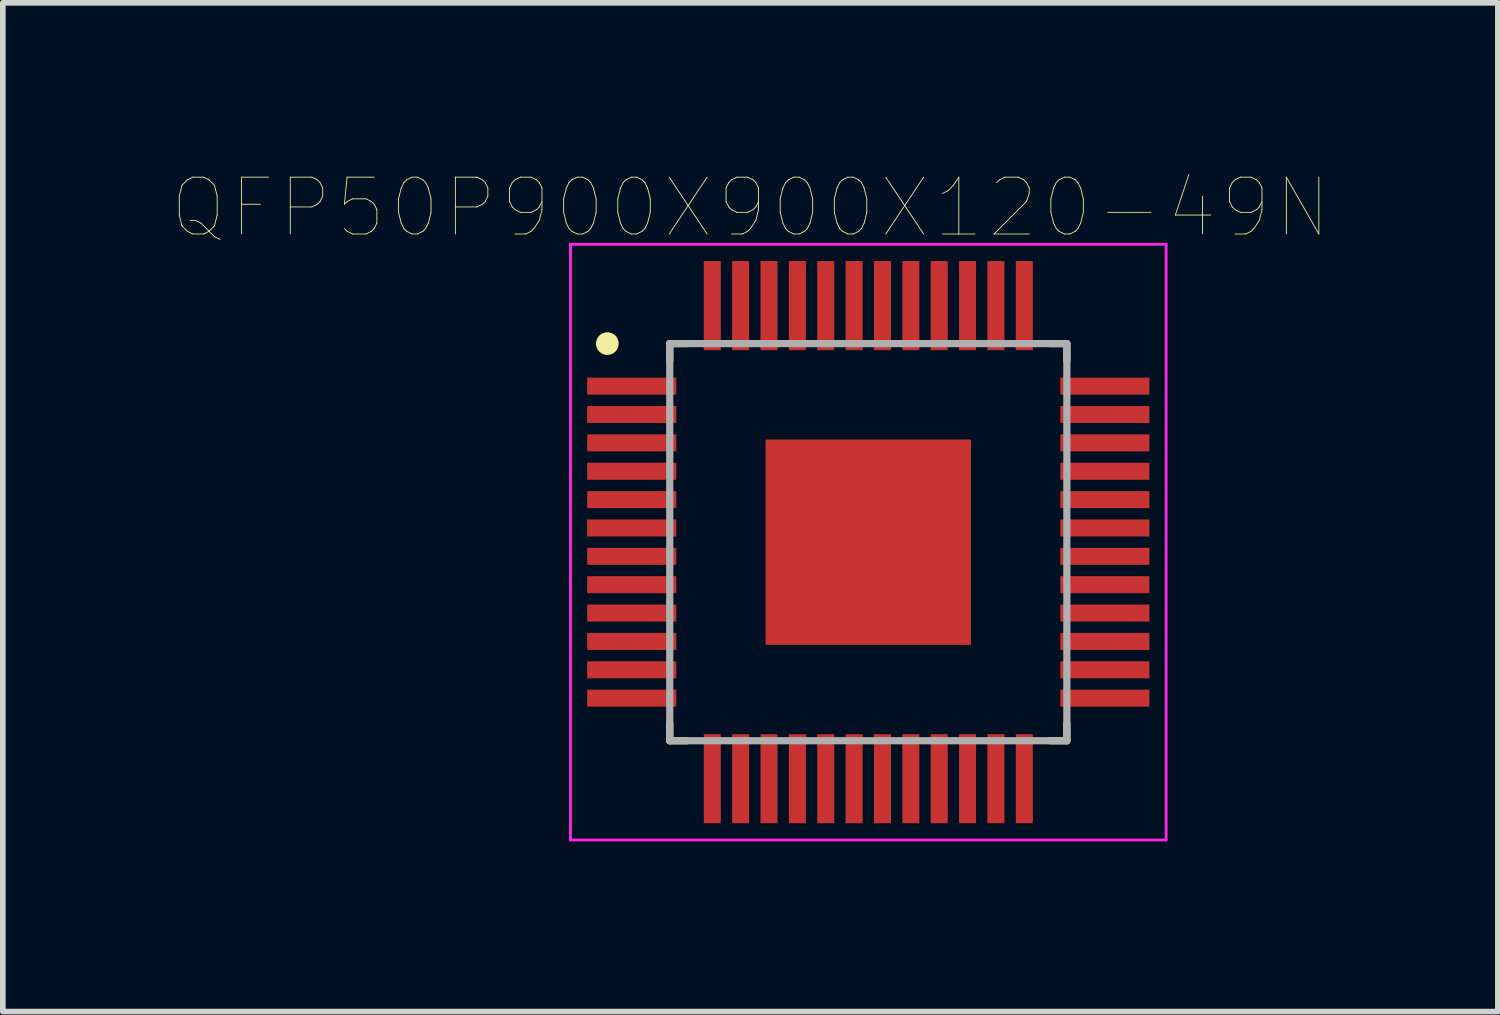
<source format=kicad_pcb>
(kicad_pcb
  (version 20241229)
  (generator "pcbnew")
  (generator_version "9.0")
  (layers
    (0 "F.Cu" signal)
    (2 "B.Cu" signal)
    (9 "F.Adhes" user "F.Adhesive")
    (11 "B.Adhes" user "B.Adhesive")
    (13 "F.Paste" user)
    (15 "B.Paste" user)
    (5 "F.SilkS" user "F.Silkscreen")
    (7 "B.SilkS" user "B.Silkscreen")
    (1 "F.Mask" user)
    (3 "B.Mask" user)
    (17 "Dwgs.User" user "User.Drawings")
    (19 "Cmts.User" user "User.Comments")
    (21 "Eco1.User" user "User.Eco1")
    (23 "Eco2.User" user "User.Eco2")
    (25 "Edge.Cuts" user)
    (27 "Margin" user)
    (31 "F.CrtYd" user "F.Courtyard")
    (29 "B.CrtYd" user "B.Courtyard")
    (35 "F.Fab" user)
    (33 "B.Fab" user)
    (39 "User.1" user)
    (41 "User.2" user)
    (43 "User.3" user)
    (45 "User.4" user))
  (footprint "QFP50P900X900X120-49N"
    (layer "F.Cu")
    (at 12.256 6.507)
    (property "Reference" "QFP50P900X900X120-49N" (at -2.078 -5.895 0) (layer "F.SilkS") (effects (font (size 1.002 1.002) (thickness 0.015))))
    (attr through_hole)
    (fp_line (start -3.5 -3.5) (end -3.5 -3.2) (stroke (width 0.127) (type solid)) (layer "F.SilkS"))
    (fp_line (start -3.5 3.2) (end -3.5 3.5) (stroke (width 0.127) (type solid)) (layer "F.SilkS"))
    (fp_line (start -3.5 3.5) (end -3.2 3.5) (stroke (width 0.127) (type solid)) (layer "F.SilkS"))
    (fp_line (start -3.2 -3.5) (end -3.5 -3.5) (stroke (width 0.127) (type solid)) (layer "F.SilkS"))
    (fp_line (start 3.2 3.5) (end 3.5 3.5) (stroke (width 0.127) (type solid)) (layer "F.SilkS"))
    (fp_line (start 3.5 -3.5) (end 3.2 -3.5) (stroke (width 0.127) (type solid)) (layer "F.SilkS"))
    (fp_line (start 3.5 -3.2) (end 3.5 -3.5) (stroke (width 0.127) (type solid)) (layer "F.SilkS"))
    (fp_line (start 3.5 3.5) (end 3.5 3.2) (stroke (width 0.127) (type solid)) (layer "F.SilkS"))
    (fp_circle (center -4.6 -3.5) (end -4.5 -3.5) (stroke (width 0.2) (type solid)) (fill no) (layer "F.SilkS"))
    (fp_poly (pts (xy -1.201 -1.2) (xy 1.2 -1.2) (xy 1.2 1.201) (xy -1.201 1.201)) (stroke (width 0.01) (type solid)) (fill yes) (layer "F.Paste"))
    (fp_line (start -5.25 -5.25) (end 5.25 -5.25) (stroke (width 0.05) (type solid)) (layer "F.CrtYd"))
    (fp_line (start -5.25 5.25) (end -5.25 -5.25) (stroke (width 0.05) (type solid)) (layer "F.CrtYd"))
    (fp_line (start 5.25 -5.25) (end 5.25 5.25) (stroke (width 0.05) (type solid)) (layer "F.CrtYd"))
    (fp_line (start 5.25 5.25) (end -5.25 5.25) (stroke (width 0.05) (type solid)) (layer "F.CrtYd"))
    (fp_line (start -3.5 -3.5) (end 3.5 -3.5) (stroke (width 0.127) (type solid)) (layer "F.Fab"))
    (fp_line (start -3.5 3.5) (end -3.5 -3.5) (stroke (width 0.127) (type solid)) (layer "F.Fab"))
    (fp_line (start 3.5 -3.5) (end 3.5 3.5) (stroke (width 0.127) (type solid)) (layer "F.Fab"))
    (fp_line (start 3.5 3.5) (end -3.5 3.5) (stroke (width 0.127) (type solid)) (layer "F.Fab"))
    (pad "1" smd rect (at -4.17 -2.75) (size 1.57 0.3) (layers "F.Cu" "F.Mask" "F.Paste"))
    (pad "2" smd rect (at -4.17 -2.25) (size 1.57 0.3) (layers "F.Cu" "F.Mask" "F.Paste"))
    (pad "3" smd rect (at -4.17 -1.75) (size 1.57 0.3) (layers "F.Cu" "F.Mask" "F.Paste"))
    (pad "4" smd rect (at -4.17 -1.25) (size 1.57 0.3) (layers "F.Cu" "F.Mask" "F.Paste"))
    (pad "5" smd rect (at -4.17 -0.75) (size 1.57 0.3) (layers "F.Cu" "F.Mask" "F.Paste"))
    (pad "6" smd rect (at -4.17 -0.25) (size 1.57 0.3) (layers "F.Cu" "F.Mask" "F.Paste"))
    (pad "7" smd rect (at -4.17 0.25) (size 1.57 0.3) (layers "F.Cu" "F.Mask" "F.Paste"))
    (pad "8" smd rect (at -4.17 0.75) (size 1.57 0.3) (layers "F.Cu" "F.Mask" "F.Paste"))
    (pad "9" smd rect (at -4.17 1.25) (size 1.57 0.3) (layers "F.Cu" "F.Mask" "F.Paste"))
    (pad "10" smd rect (at -4.17 1.75) (size 1.57 0.3) (layers "F.Cu" "F.Mask" "F.Paste"))
    (pad "11" smd rect (at -4.17 2.25) (size 1.57 0.3) (layers "F.Cu" "F.Mask" "F.Paste"))
    (pad "12" smd rect (at -4.17 2.75) (size 1.57 0.3) (layers "F.Cu" "F.Mask" "F.Paste"))
    (pad "13" smd rect (at -2.75 4.17) (size 0.3 1.57) (layers "F.Cu" "F.Mask" "F.Paste"))
    (pad "14" smd rect (at -2.25 4.17) (size 0.3 1.57) (layers "F.Cu" "F.Mask" "F.Paste"))
    (pad "15" smd rect (at -1.75 4.17) (size 0.3 1.57) (layers "F.Cu" "F.Mask" "F.Paste"))
    (pad "16" smd rect (at -1.25 4.17) (size 0.3 1.57) (layers "F.Cu" "F.Mask" "F.Paste"))
    (pad "17" smd rect (at -0.75 4.17) (size 0.3 1.57) (layers "F.Cu" "F.Mask" "F.Paste"))
    (pad "18" smd rect (at -0.25 4.17) (size 0.3 1.57) (layers "F.Cu" "F.Mask" "F.Paste"))
    (pad "19" smd rect (at 0.25 4.17) (size 0.3 1.57) (layers "F.Cu" "F.Mask" "F.Paste"))
    (pad "20" smd rect (at 0.75 4.17) (size 0.3 1.57) (layers "F.Cu" "F.Mask" "F.Paste"))
    (pad "21" smd rect (at 1.25 4.17) (size 0.3 1.57) (layers "F.Cu" "F.Mask" "F.Paste"))
    (pad "22" smd rect (at 1.75 4.17) (size 0.3 1.57) (layers "F.Cu" "F.Mask" "F.Paste"))
    (pad "23" smd rect (at 2.25 4.17) (size 0.3 1.57) (layers "F.Cu" "F.Mask" "F.Paste"))
    (pad "24" smd rect (at 2.75 4.17) (size 0.3 1.57) (layers "F.Cu" "F.Mask" "F.Paste"))
    (pad "25" smd rect (at 4.17 2.75) (size 1.57 0.3) (layers "F.Cu" "F.Mask" "F.Paste"))
    (pad "26" smd rect (at 4.17 2.25) (size 1.57 0.3) (layers "F.Cu" "F.Mask" "F.Paste"))
    (pad "27" smd rect (at 4.17 1.75) (size 1.57 0.3) (layers "F.Cu" "F.Mask" "F.Paste"))
    (pad "28" smd rect (at 4.17 1.25) (size 1.57 0.3) (layers "F.Cu" "F.Mask" "F.Paste"))
    (pad "29" smd rect (at 4.17 0.75) (size 1.57 0.3) (layers "F.Cu" "F.Mask" "F.Paste"))
    (pad "30" smd rect (at 4.17 0.25) (size 1.57 0.3) (layers "F.Cu" "F.Mask" "F.Paste"))
    (pad "31" smd rect (at 4.17 -0.25) (size 1.57 0.3) (layers "F.Cu" "F.Mask" "F.Paste"))
    (pad "32" smd rect (at 4.17 -0.75) (size 1.57 0.3) (layers "F.Cu" "F.Mask" "F.Paste"))
    (pad "33" smd rect (at 4.17 -1.25) (size 1.57 0.3) (layers "F.Cu" "F.Mask" "F.Paste"))
    (pad "34" smd rect (at 4.17 -1.75) (size 1.57 0.3) (layers "F.Cu" "F.Mask" "F.Paste"))
    (pad "35" smd rect (at 4.17 -2.25) (size 1.57 0.3) (layers "F.Cu" "F.Mask" "F.Paste"))
    (pad "36" smd rect (at 4.17 -2.75) (size 1.57 0.3) (layers "F.Cu" "F.Mask" "F.Paste"))
    (pad "37" smd rect (at 2.75 -4.17) (size 0.3 1.57) (layers "F.Cu" "F.Mask" "F.Paste"))
    (pad "38" smd rect (at 2.25 -4.17) (size 0.3 1.57) (layers "F.Cu" "F.Mask" "F.Paste"))
    (pad "39" smd rect (at 1.75 -4.17) (size 0.3 1.57) (layers "F.Cu" "F.Mask" "F.Paste"))
    (pad "40" smd rect (at 1.25 -4.17) (size 0.3 1.57) (layers "F.Cu" "F.Mask" "F.Paste"))
    (pad "41" smd rect (at 0.75 -4.17) (size 0.3 1.57) (layers "F.Cu" "F.Mask" "F.Paste"))
    (pad "42" smd rect (at 0.25 -4.17) (size 0.3 1.57) (layers "F.Cu" "F.Mask" "F.Paste"))
    (pad "43" smd rect (at -0.25 -4.17) (size 0.3 1.57) (layers "F.Cu" "F.Mask" "F.Paste"))
    (pad "44" smd rect (at -0.75 -4.17) (size 0.3 1.57) (layers "F.Cu" "F.Mask" "F.Paste"))
    (pad "45" smd rect (at -1.25 -4.17) (size 0.3 1.57) (layers "F.Cu" "F.Mask" "F.Paste"))
    (pad "46" smd rect (at -1.75 -4.17) (size 0.3 1.57) (layers "F.Cu" "F.Mask" "F.Paste"))
    (pad "47" smd rect (at -2.25 -4.17) (size 0.3 1.57) (layers "F.Cu" "F.Mask" "F.Paste"))
    (pad "48" smd rect (at -2.75 -4.17) (size 0.3 1.57) (layers "F.Cu" "F.Mask" "F.Paste"))
    (pad "49" smd rect (at 0 0) (size 3.62 3.62) (layers "F.Cu" "F.Mask")))
  (gr_rect
    (start -3 -3)
    (end 23.354 14.782)
    (stroke (width 0.1) (type default))
    (fill no)
    (layer "Edge.Cuts")))
</source>
